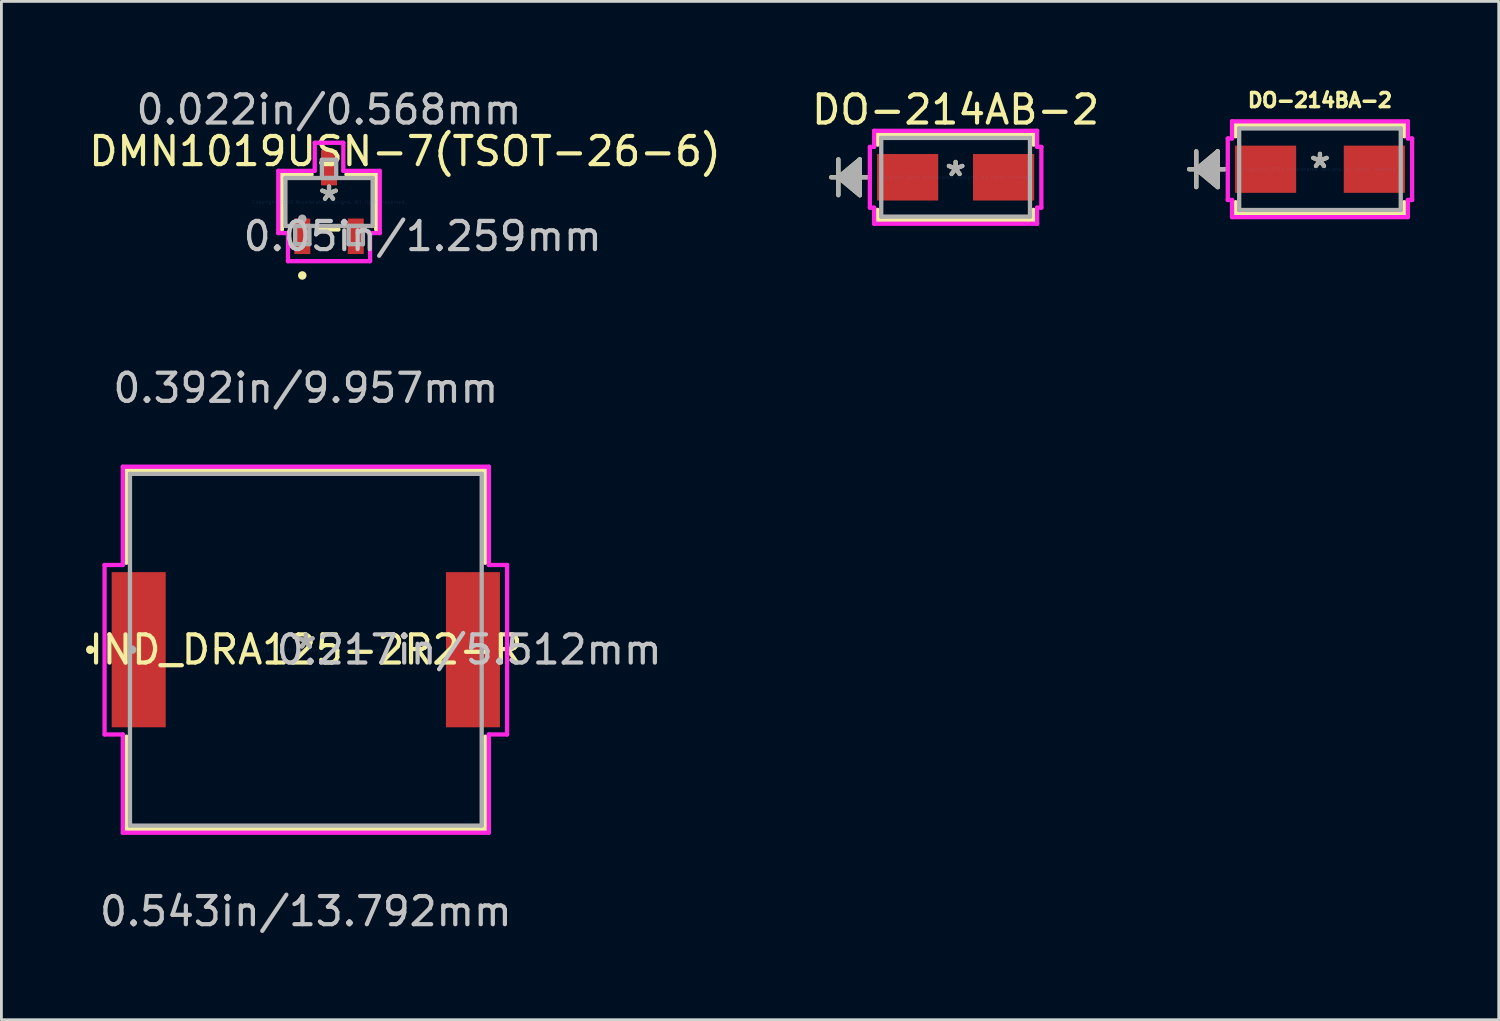
<source format=kicad_pcb>
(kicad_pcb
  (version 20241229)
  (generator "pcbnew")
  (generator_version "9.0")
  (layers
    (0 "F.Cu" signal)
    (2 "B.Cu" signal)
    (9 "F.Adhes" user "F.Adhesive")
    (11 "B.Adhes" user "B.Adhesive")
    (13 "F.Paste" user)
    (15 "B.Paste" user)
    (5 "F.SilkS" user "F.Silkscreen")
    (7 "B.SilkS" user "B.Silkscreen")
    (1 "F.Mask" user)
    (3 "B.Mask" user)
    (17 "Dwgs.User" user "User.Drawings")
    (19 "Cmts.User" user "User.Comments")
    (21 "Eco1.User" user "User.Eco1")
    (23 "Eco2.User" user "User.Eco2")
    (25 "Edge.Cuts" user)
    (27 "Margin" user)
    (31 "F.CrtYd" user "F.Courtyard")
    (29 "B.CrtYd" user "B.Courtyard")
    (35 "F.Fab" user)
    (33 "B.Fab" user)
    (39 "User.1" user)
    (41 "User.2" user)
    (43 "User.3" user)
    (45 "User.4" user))
  (footprint "DMN1019USN-7(TSOT-26-6)"
    (layer "F.Cu")
    (at 8.639 4.125)
    (property "Reference" "DMN1019USN-7(TSOT-26-6)" (at 2.7 -1.8 0) (layer "F.SilkS") (effects (font (size 1 1) (thickness 0.15))))
    (attr through_hole)
    (fp_line (start -1.676 -0.978) (end -1.676 0.978) (stroke (width 0.152) (type solid)) (layer "F.SilkS"))
    (fp_line (start -0.617 -0.978) (end -1.676 -0.978) (stroke (width 0.152) (type solid)) (layer "F.SilkS"))
    (fp_line (start -0.333 0.978) (end 0.333 0.978) (stroke (width 0.152) (type solid)) (layer "F.SilkS"))
    (fp_line (start 1.676 -0.978) (end 0.617 -0.978) (stroke (width 0.152) (type solid)) (layer "F.SilkS"))
    (fp_line (start 1.676 0.978) (end 1.676 -0.978) (stroke (width 0.152) (type solid)) (layer "F.SilkS"))
    (fp_circle (center -0.95 2.611) (end -0.874 2.611) (stroke (width 0.152) (type solid)) (fill no) (layer "F.SilkS"))
    (fp_line (start -1.803 -1.105) (end -0.508 -1.105) (stroke (width 0.152) (type solid)) (layer "F.CrtYd"))
    (fp_line (start -1.803 1.105) (end -1.803 -1.105) (stroke (width 0.152) (type solid)) (layer "F.CrtYd"))
    (fp_line (start -1.458 1.105) (end -1.803 1.105) (stroke (width 0.152) (type solid)) (layer "F.CrtYd"))
    (fp_line (start -1.458 2.103) (end -1.458 1.105) (stroke (width 0.152) (type solid)) (layer "F.CrtYd"))
    (fp_line (start -0.508 -2.103) (end 0.508 -2.103) (stroke (width 0.152) (type solid)) (layer "F.CrtYd"))
    (fp_line (start -0.508 -1.105) (end -0.508 -2.103) (stroke (width 0.152) (type solid)) (layer "F.CrtYd"))
    (fp_line (start 0.508 -2.103) (end 0.508 -1.105) (stroke (width 0.152) (type solid)) (layer "F.CrtYd"))
    (fp_line (start 0.508 -1.105) (end 1.803 -1.105) (stroke (width 0.152) (type solid)) (layer "F.CrtYd"))
    (fp_line (start 1.458 1.105) (end 1.458 2.103) (stroke (width 0.152) (type solid)) (layer "F.CrtYd"))
    (fp_line (start 1.458 2.103) (end -1.458 2.103) (stroke (width 0.152) (type solid)) (layer "F.CrtYd"))
    (fp_line (start 1.803 -1.105) (end 1.803 1.105) (stroke (width 0.152) (type solid)) (layer "F.CrtYd"))
    (fp_line (start 1.803 1.105) (end 1.458 1.105) (stroke (width 0.152) (type solid)) (layer "F.CrtYd"))
    (fp_line (start -1.549 -0.851) (end -1.549 0.851) (stroke (width 0.152) (type solid)) (layer "F.Fab"))
    (fp_line (start -1.549 0.851) (end 1.549 0.851) (stroke (width 0.152) (type solid)) (layer "F.Fab"))
    (fp_line (start -1.204 0.851) (end -1.204 1.499) (stroke (width 0.152) (type solid)) (layer "F.Fab"))
    (fp_line (start -1.204 1.499) (end -0.696 1.499) (stroke (width 0.152) (type solid)) (layer "F.Fab"))
    (fp_line (start -0.696 0.851) (end -1.204 0.851) (stroke (width 0.152) (type solid)) (layer "F.Fab"))
    (fp_line (start -0.696 1.499) (end -0.696 0.851) (stroke (width 0.152) (type solid)) (layer "F.Fab"))
    (fp_line (start -0.254 -1.499) (end -0.254 -0.851) (stroke (width 0.152) (type solid)) (layer "F.Fab"))
    (fp_line (start -0.254 -0.851) (end 0.254 -0.851) (stroke (width 0.152) (type solid)) (layer "F.Fab"))
    (fp_line (start 0.254 -1.499) (end -0.254 -1.499) (stroke (width 0.152) (type solid)) (layer "F.Fab"))
    (fp_line (start 0.254 -0.851) (end 0.254 -1.499) (stroke (width 0.152) (type solid)) (layer "F.Fab"))
    (fp_line (start 0.696 0.851) (end 0.696 1.499) (stroke (width 0.152) (type solid)) (layer "F.Fab"))
    (fp_line (start 0.696 1.499) (end 1.204 1.499) (stroke (width 0.152) (type solid)) (layer "F.Fab"))
    (fp_line (start 1.204 0.851) (end 0.696 0.851) (stroke (width 0.152) (type solid)) (layer "F.Fab"))
    (fp_line (start 1.204 1.499) (end 1.204 0.851) (stroke (width 0.152) (type solid)) (layer "F.Fab"))
    (fp_line (start 1.549 -0.851) (end -1.549 -0.851) (stroke (width 0.152) (type solid)) (layer "F.Fab"))
    (fp_line (start 1.549 0.851) (end 1.549 -0.851) (stroke (width 0.152) (type solid)) (layer "F.Fab"))
    (fp_circle (center -0.95 0.597) (end -0.874 0.597) (stroke (width 0.152) (type solid)) (fill no) (layer "F.Fab"))
    (fp_text user "*" (at 0 0 0) (layer "F.SilkS") (effects (font (size 1 1) (thickness 0.15))))
    (fp_text user "0.05in/1.259mm" (at 3.327 1.219 0) (layer "Dwgs.User") (effects (font (size 1 1) (thickness 0.15))))
    (fp_text user "0.022in/0.568mm" (at 0 -3.277 0) (layer "Dwgs.User") (effects (font (size 1 1) (thickness 0.15))))
    (fp_text user "Copyright 2016 Accelerated Designs. All rights reserved." (at 0 0 0) (layer "Cmts.User") (effects (font (size 0.127 0.127) (thickness 0.002))))
    (fp_text user "*" (at 0 0 0) (layer "F.Fab") (effects (font (size 1 1) (thickness 0.15))))
    (pad "1" smd rect (at -0.95 1.219) (size 0.568 1.259) (layers "F.Cu" "F.Mask" "F.Paste"))
    (pad "2" smd rect (at 0.95 1.219) (size 0.568 1.259) (layers "F.Cu" "F.Mask" "F.Paste"))
    (pad "3" smd rect (at 0 -1.219) (size 0.568 1.259) (layers "F.Cu" "F.Mask" "F.Paste")))
  (footprint "IND_DRA125-2R2-R"
    (layer "F.Cu")
    (at 7.815 20.032)
    (property "Reference" "IND_DRA125-2R2-R" (at 0 0 0) (layer "F.SilkS") (effects (font (size 1 1) (thickness 0.15))))
    (attr through_hole)
    (fp_line (start -6.375 -6.375) (end -6.375 -3.089) (stroke (width 0.152) (type solid)) (layer "F.SilkS"))
    (fp_line (start -6.375 3.089) (end -6.375 6.375) (stroke (width 0.152) (type solid)) (layer "F.SilkS"))
    (fp_line (start -6.375 6.375) (end 6.375 6.375) (stroke (width 0.152) (type solid)) (layer "F.SilkS"))
    (fp_line (start 6.375 -6.375) (end -6.375 -6.375) (stroke (width 0.152) (type solid)) (layer "F.SilkS"))
    (fp_line (start 6.375 -3.089) (end 6.375 -6.375) (stroke (width 0.152) (type solid)) (layer "F.SilkS"))
    (fp_line (start 6.375 6.375) (end 6.375 3.089) (stroke (width 0.152) (type solid)) (layer "F.SilkS"))
    (fp_circle (center -7.658 0) (end -7.582 0) (stroke (width 0.152) (type solid)) (fill no) (layer "F.SilkS"))
    (fp_line (start -7.15 -3.01) (end -6.502 -3.01) (stroke (width 0.152) (type solid)) (layer "F.CrtYd"))
    (fp_line (start -7.15 3.01) (end -7.15 -3.01) (stroke (width 0.152) (type solid)) (layer "F.CrtYd"))
    (fp_line (start -6.502 -6.502) (end 6.502 -6.502) (stroke (width 0.152) (type solid)) (layer "F.CrtYd"))
    (fp_line (start -6.502 -3.01) (end -6.502 -6.502) (stroke (width 0.152) (type solid)) (layer "F.CrtYd"))
    (fp_line (start -6.502 3.01) (end -7.15 3.01) (stroke (width 0.152) (type solid)) (layer "F.CrtYd"))
    (fp_line (start -6.502 6.502) (end -6.502 3.01) (stroke (width 0.152) (type solid)) (layer "F.CrtYd"))
    (fp_line (start 6.502 -6.502) (end 6.502 -3.01) (stroke (width 0.152) (type solid)) (layer "F.CrtYd"))
    (fp_line (start 6.502 -3.01) (end 7.15 -3.01) (stroke (width 0.152) (type solid)) (layer "F.CrtYd"))
    (fp_line (start 6.502 3.01) (end 6.502 6.502) (stroke (width 0.152) (type solid)) (layer "F.CrtYd"))
    (fp_line (start 6.502 6.502) (end -6.502 6.502) (stroke (width 0.152) (type solid)) (layer "F.CrtYd"))
    (fp_line (start 7.15 -3.01) (end 7.15 3.01) (stroke (width 0.152) (type solid)) (layer "F.CrtYd"))
    (fp_line (start 7.15 3.01) (end 6.502 3.01) (stroke (width 0.152) (type solid)) (layer "F.CrtYd"))
    (fp_line (start -6.248 -6.248) (end -6.248 6.248) (stroke (width 0.152) (type solid)) (layer "F.Fab"))
    (fp_line (start -6.248 6.248) (end 6.248 6.248) (stroke (width 0.152) (type solid)) (layer "F.Fab"))
    (fp_line (start 6.248 -6.248) (end -6.248 -6.248) (stroke (width 0.152) (type solid)) (layer "F.Fab"))
    (fp_line (start 6.248 6.248) (end 6.248 -6.248) (stroke (width 0.152) (type solid)) (layer "F.Fab"))
    (fp_circle (center -6.172 0) (end -6.096 0) (stroke (width 0.152) (type solid)) (fill no) (layer "F.Fab"))
    (fp_text user "*" (at 0 0 0) (layer "F.SilkS") (effects (font (size 1 1) (thickness 0.15))))
    (fp_text user "0.217in/5.512mm" (at 5.804 0 0) (layer "Dwgs.User") (effects (font (size 1 1) (thickness 0.15))))
    (fp_text user "0.543in/13.792mm" (at 0 9.296 0) (layer "Dwgs.User") (effects (font (size 1 1) (thickness 0.15))))
    (fp_text user "0.392in/9.957mm" (at 0 -9.296 0) (layer "Dwgs.User") (effects (font (size 1 1) (thickness 0.15))))
    (fp_text user "Copyright 2016 Accelerated Designs. All rights reserved." (at 0 0 0) (layer "Cmts.User") (effects (font (size 0.127 0.127) (thickness 0.002))))
    (fp_text user "*" (at 0 0 0) (layer "F.Fab") (effects (font (size 1 1) (thickness 0.15))))
    (pad "1" smd rect (at -5.937 0) (size 1.918 5.512) (layers "F.Cu" "F.Mask" "F.Paste"))
    (pad "2" smd rect (at 5.937 0) (size 1.918 5.512) (layers "F.Cu" "F.Mask" "F.Paste")))
  (footprint "DO-214BA-2"
    (layer "F.Cu")
    (at 43.843 2.962)
    (property "Reference" "DO-214BA-2" (at 0 -2.45 0) (layer "F.SilkS") (effects (font (size 0.5 0.5) (thickness 0.125))))
    (attr through_hole)
    (fp_line (start -4.394 -0.635) (end -4.394 0.635) (stroke (width 0.152) (type solid)) (layer "F.SilkS"))
    (fp_line (start -4.394 0) (end -3.632 -0.635) (stroke (width 0.152) (type solid)) (layer "F.SilkS"))
    (fp_line (start -4.394 0) (end -3.632 -0.508) (stroke (width 0.152) (type solid)) (layer "F.SilkS"))
    (fp_line (start -4.394 0) (end -3.632 -0.381) (stroke (width 0.152) (type solid)) (layer "F.SilkS"))
    (fp_line (start -4.394 0) (end -3.632 -0.254) (stroke (width 0.152) (type solid)) (layer "F.SilkS"))
    (fp_line (start -4.394 0) (end -3.632 -0.127) (stroke (width 0.152) (type solid)) (layer "F.SilkS"))
    (fp_line (start -4.394 0) (end -3.632 0.127) (stroke (width 0.152) (type solid)) (layer "F.SilkS"))
    (fp_line (start -4.394 0) (end -3.632 0.254) (stroke (width 0.152) (type solid)) (layer "F.SilkS"))
    (fp_line (start -4.394 0) (end -3.632 0.381) (stroke (width 0.152) (type solid)) (layer "F.SilkS"))
    (fp_line (start -4.394 0) (end -3.632 0.508) (stroke (width 0.152) (type solid)) (layer "F.SilkS"))
    (fp_line (start -4.394 0) (end -3.632 0.635) (stroke (width 0.152) (type solid)) (layer "F.SilkS"))
    (fp_line (start -3.632 -0.635) (end -3.632 0.635) (stroke (width 0.152) (type solid)) (layer "F.SilkS"))
    (fp_line (start -3.378 0) (end -4.648 0) (stroke (width 0.152) (type solid)) (layer "F.SilkS"))
    (fp_line (start -2.997 -1.575) (end -2.997 -1.171) (stroke (width 0.152) (type solid)) (layer "F.SilkS"))
    (fp_line (start -2.997 1.171) (end -2.997 1.575) (stroke (width 0.152) (type solid)) (layer "F.SilkS"))
    (fp_line (start -2.997 1.575) (end 2.997 1.575) (stroke (width 0.152) (type solid)) (layer "F.SilkS"))
    (fp_line (start 2.997 -1.575) (end -2.997 -1.575) (stroke (width 0.152) (type solid)) (layer "F.SilkS"))
    (fp_line (start 2.997 -1.171) (end 2.997 -1.575) (stroke (width 0.152) (type solid)) (layer "F.SilkS"))
    (fp_line (start 2.997 1.575) (end 2.997 1.171) (stroke (width 0.152) (type solid)) (layer "F.SilkS"))
    (fp_line (start -3.274 -1.092) (end -3.124 -1.092) (stroke (width 0.152) (type solid)) (layer "F.CrtYd"))
    (fp_line (start -3.274 1.092) (end -3.274 -1.092) (stroke (width 0.152) (type solid)) (layer "F.CrtYd"))
    (fp_line (start -3.124 -1.702) (end 3.124 -1.702) (stroke (width 0.152) (type solid)) (layer "F.CrtYd"))
    (fp_line (start -3.124 -1.092) (end -3.124 -1.702) (stroke (width 0.152) (type solid)) (layer "F.CrtYd"))
    (fp_line (start -3.124 1.092) (end -3.274 1.092) (stroke (width 0.152) (type solid)) (layer "F.CrtYd"))
    (fp_line (start -3.124 1.702) (end -3.124 1.092) (stroke (width 0.152) (type solid)) (layer "F.CrtYd"))
    (fp_line (start 3.124 -1.702) (end 3.124 -1.092) (stroke (width 0.152) (type solid)) (layer "F.CrtYd"))
    (fp_line (start 3.124 -1.092) (end 3.274 -1.092) (stroke (width 0.152) (type solid)) (layer "F.CrtYd"))
    (fp_line (start 3.124 1.092) (end 3.124 1.702) (stroke (width 0.152) (type solid)) (layer "F.CrtYd"))
    (fp_line (start 3.124 1.702) (end -3.124 1.702) (stroke (width 0.152) (type solid)) (layer "F.CrtYd"))
    (fp_line (start 3.274 -1.092) (end 3.274 1.092) (stroke (width 0.152) (type solid)) (layer "F.CrtYd"))
    (fp_line (start 3.274 1.092) (end 3.124 1.092) (stroke (width 0.152) (type solid)) (layer "F.CrtYd"))
    (fp_line (start -4.394 -0.635) (end -4.394 0.635) (stroke (width 0.152) (type solid)) (layer "F.Fab"))
    (fp_line (start -4.394 0) (end -3.632 -0.635) (stroke (width 0.152) (type solid)) (layer "F.Fab"))
    (fp_line (start -4.394 0) (end -3.632 -0.508) (stroke (width 0.152) (type solid)) (layer "F.Fab"))
    (fp_line (start -4.394 0) (end -3.632 -0.381) (stroke (width 0.152) (type solid)) (layer "F.Fab"))
    (fp_line (start -4.394 0) (end -3.632 -0.254) (stroke (width 0.152) (type solid)) (layer "F.Fab"))
    (fp_line (start -4.394 0) (end -3.632 -0.127) (stroke (width 0.152) (type solid)) (layer "F.Fab"))
    (fp_line (start -4.394 0) (end -3.632 0.127) (stroke (width 0.152) (type solid)) (layer "F.Fab"))
    (fp_line (start -4.394 0) (end -3.632 0.254) (stroke (width 0.152) (type solid)) (layer "F.Fab"))
    (fp_line (start -4.394 0) (end -3.632 0.381) (stroke (width 0.152) (type solid)) (layer "F.Fab"))
    (fp_line (start -4.394 0) (end -3.632 0.508) (stroke (width 0.152) (type solid)) (layer "F.Fab"))
    (fp_line (start -4.394 0) (end -3.632 0.635) (stroke (width 0.152) (type solid)) (layer "F.Fab"))
    (fp_line (start -3.632 -0.635) (end -3.632 0.635) (stroke (width 0.152) (type solid)) (layer "F.Fab"))
    (fp_line (start -3.378 0) (end -4.648 0) (stroke (width 0.152) (type solid)) (layer "F.Fab"))
    (fp_line (start -2.87 -1.448) (end -2.87 1.448) (stroke (width 0.152) (type solid)) (layer "F.Fab"))
    (fp_line (start -2.87 1.448) (end 2.87 1.448) (stroke (width 0.152) (type solid)) (layer "F.Fab"))
    (fp_line (start 2.87 -1.448) (end -2.87 -1.448) (stroke (width 0.152) (type solid)) (layer "F.Fab"))
    (fp_line (start 2.87 1.448) (end 2.87 -1.448) (stroke (width 0.152) (type solid)) (layer "F.Fab"))
    (fp_text user "*" (at 0 0 0) (layer "F.SilkS") (effects (font (size 1 1) (thickness 0.15))))
    (fp_text user "Copyright 2016 Accelerated Designs. All rights reserved." (at 0 0 0) (layer "Cmts.User") (effects (font (size 0.127 0.127) (thickness 0.002))))
    (fp_text user "*" (at 0 0 0) (layer "F.Fab") (effects (font (size 1 1) (thickness 0.15))))
    (pad "1" smd rect (at -1.933 0 90) (size 1.676 2.174) (layers "F.Cu" "F.Mask" "F.Paste"))
    (pad "2" smd rect (at 1.933 0 90) (size 1.676 2.174) (layers "F.Cu" "F.Mask" "F.Paste")))
  (footprint "DO-214AB-2"
    (layer "F.Cu")
    (at 30.899 3.248)
    (property "Reference" "DO-214AB-2" (at 0 -2.4 0) (layer "F.SilkS") (effects (font (size 1 1) (thickness 0.15))))
    (attr through_hole)
    (fp_line (start -4.166 -0.635) (end -4.166 0.635) (stroke (width 0.152) (type solid)) (layer "F.SilkS"))
    (fp_line (start -4.166 0) (end -3.404 -0.635) (stroke (width 0.152) (type solid)) (layer "F.SilkS"))
    (fp_line (start -4.166 0) (end -3.404 -0.508) (stroke (width 0.152) (type solid)) (layer "F.SilkS"))
    (fp_line (start -4.166 0) (end -3.404 -0.381) (stroke (width 0.152) (type solid)) (layer "F.SilkS"))
    (fp_line (start -4.166 0) (end -3.404 -0.254) (stroke (width 0.152) (type solid)) (layer "F.SilkS"))
    (fp_line (start -4.166 0) (end -3.404 -0.127) (stroke (width 0.152) (type solid)) (layer "F.SilkS"))
    (fp_line (start -4.166 0) (end -3.404 0.127) (stroke (width 0.152) (type solid)) (layer "F.SilkS"))
    (fp_line (start -4.166 0) (end -3.404 0.254) (stroke (width 0.152) (type solid)) (layer "F.SilkS"))
    (fp_line (start -4.166 0) (end -3.404 0.381) (stroke (width 0.152) (type solid)) (layer "F.SilkS"))
    (fp_line (start -4.166 0) (end -3.404 0.508) (stroke (width 0.152) (type solid)) (layer "F.SilkS"))
    (fp_line (start -4.166 0) (end -3.404 0.635) (stroke (width 0.152) (type solid)) (layer "F.SilkS"))
    (fp_line (start -3.404 -0.635) (end -3.404 0.635) (stroke (width 0.152) (type solid)) (layer "F.SilkS"))
    (fp_line (start -3.15 0) (end -4.42 0) (stroke (width 0.152) (type solid)) (layer "F.SilkS"))
    (fp_line (start -2.769 -1.524) (end -2.769 -1.158) (stroke (width 0.152) (type solid)) (layer "F.SilkS"))
    (fp_line (start -2.769 1.158) (end -2.769 1.524) (stroke (width 0.152) (type solid)) (layer "F.SilkS"))
    (fp_line (start -2.769 1.524) (end 2.769 1.524) (stroke (width 0.152) (type solid)) (layer "F.SilkS"))
    (fp_line (start 2.769 -1.524) (end -2.769 -1.524) (stroke (width 0.152) (type solid)) (layer "F.SilkS"))
    (fp_line (start 2.769 -1.158) (end 2.769 -1.524) (stroke (width 0.152) (type solid)) (layer "F.SilkS"))
    (fp_line (start 2.769 1.524) (end 2.769 1.158) (stroke (width 0.152) (type solid)) (layer "F.SilkS"))
    (fp_line (start -3.046 -1.079) (end -2.896 -1.079) (stroke (width 0.152) (type solid)) (layer "F.CrtYd"))
    (fp_line (start -3.046 1.079) (end -3.046 -1.079) (stroke (width 0.152) (type solid)) (layer "F.CrtYd"))
    (fp_line (start -2.896 -1.651) (end 2.896 -1.651) (stroke (width 0.152) (type solid)) (layer "F.CrtYd"))
    (fp_line (start -2.896 -1.079) (end -2.896 -1.651) (stroke (width 0.152) (type solid)) (layer "F.CrtYd"))
    (fp_line (start -2.896 1.079) (end -3.046 1.079) (stroke (width 0.152) (type solid)) (layer "F.CrtYd"))
    (fp_line (start -2.896 1.651) (end -2.896 1.079) (stroke (width 0.152) (type solid)) (layer "F.CrtYd"))
    (fp_line (start 2.896 -1.651) (end 2.896 -1.079) (stroke (width 0.152) (type solid)) (layer "F.CrtYd"))
    (fp_line (start 2.896 -1.079) (end 3.046 -1.079) (stroke (width 0.152) (type solid)) (layer "F.CrtYd"))
    (fp_line (start 2.896 1.079) (end 2.896 1.651) (stroke (width 0.152) (type solid)) (layer "F.CrtYd"))
    (fp_line (start 2.896 1.651) (end -2.896 1.651) (stroke (width 0.152) (type solid)) (layer "F.CrtYd"))
    (fp_line (start 3.046 -1.079) (end 3.046 1.079) (stroke (width 0.152) (type solid)) (layer "F.CrtYd"))
    (fp_line (start 3.046 1.079) (end 2.896 1.079) (stroke (width 0.152) (type solid)) (layer "F.CrtYd"))
    (fp_line (start -4.166 -0.635) (end -4.166 0.635) (stroke (width 0.152) (type solid)) (layer "F.Fab"))
    (fp_line (start -4.166 0) (end -3.404 -0.635) (stroke (width 0.152) (type solid)) (layer "F.Fab"))
    (fp_line (start -4.166 0) (end -3.404 -0.508) (stroke (width 0.152) (type solid)) (layer "F.Fab"))
    (fp_line (start -4.166 0) (end -3.404 -0.381) (stroke (width 0.152) (type solid)) (layer "F.Fab"))
    (fp_line (start -4.166 0) (end -3.404 -0.254) (stroke (width 0.152) (type solid)) (layer "F.Fab"))
    (fp_line (start -4.166 0) (end -3.404 -0.127) (stroke (width 0.152) (type solid)) (layer "F.Fab"))
    (fp_line (start -4.166 0) (end -3.404 0.127) (stroke (width 0.152) (type solid)) (layer "F.Fab"))
    (fp_line (start -4.166 0) (end -3.404 0.254) (stroke (width 0.152) (type solid)) (layer "F.Fab"))
    (fp_line (start -4.166 0) (end -3.404 0.381) (stroke (width 0.152) (type solid)) (layer "F.Fab"))
    (fp_line (start -4.166 0) (end -3.404 0.508) (stroke (width 0.152) (type solid)) (layer "F.Fab"))
    (fp_line (start -4.166 0) (end -3.404 0.635) (stroke (width 0.152) (type solid)) (layer "F.Fab"))
    (fp_line (start -3.404 -0.635) (end -3.404 0.635) (stroke (width 0.152) (type solid)) (layer "F.Fab"))
    (fp_line (start -3.15 0) (end -4.42 0) (stroke (width 0.152) (type solid)) (layer "F.Fab"))
    (fp_line (start -2.642 -1.397) (end -2.642 1.397) (stroke (width 0.152) (type solid)) (layer "F.Fab"))
    (fp_line (start -2.642 1.397) (end 2.642 1.397) (stroke (width 0.152) (type solid)) (layer "F.Fab"))
    (fp_line (start 2.642 -1.397) (end -2.642 -1.397) (stroke (width 0.152) (type solid)) (layer "F.Fab"))
    (fp_line (start 2.642 1.397) (end 2.642 -1.397) (stroke (width 0.152) (type solid)) (layer "F.Fab"))
    (fp_text user "*" (at 0 0 0) (layer "F.SilkS") (effects (font (size 1 1) (thickness 0.15))))
    (fp_text user "Copyright 2016 Accelerated Designs. All rights reserved." (at 0 0 0) (layer "Cmts.User") (effects (font (size 0.127 0.127) (thickness 0.002))))
    (fp_text user "*" (at 0 0 0) (layer "F.Fab") (effects (font (size 1 1) (thickness 0.15))))
    (pad "1" smd rect (at -1.705 0 90) (size 1.651 2.174) (layers "F.Cu" "F.Mask" "F.Paste"))
    (pad "2" smd rect (at 1.705 0 90) (size 1.651 2.174) (layers "F.Cu" "F.Mask" "F.Paste")))
  (gr_rect
    (start -3 -3)
    (end 50.194 33.177)
    (stroke (width 0.1) (type default))
    (fill no)
    (layer "Edge.Cuts")))
</source>
